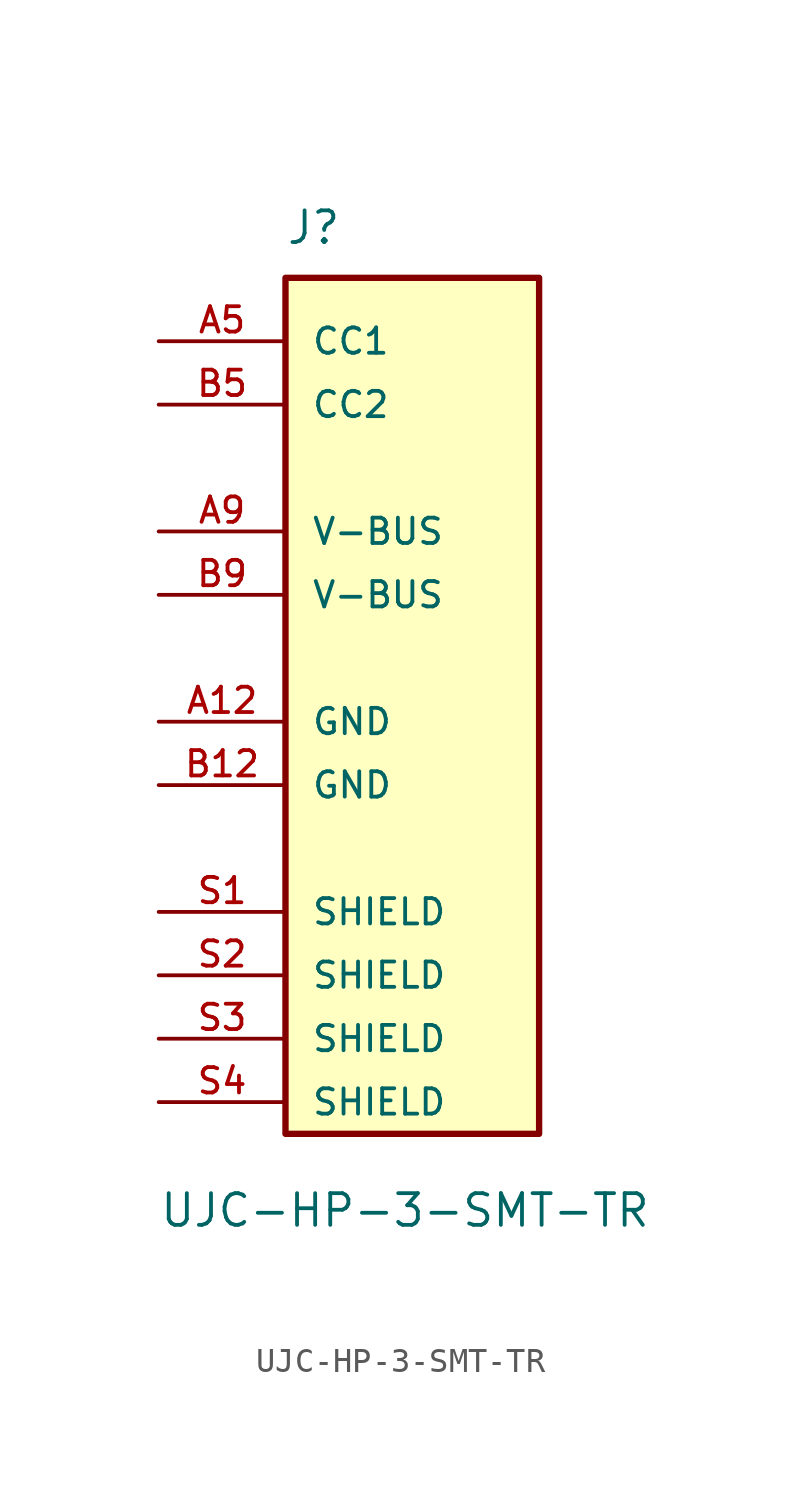
<source format=kicad_sym>
(kicad_symbol_lib
  (version 20211014)
  (generator kicad_symbol_editor)
  (symbol "UJC-HP-3-SMT-TR"
    (pin_names
      (offset 1.016))
    (property "Reference" "J"
      (at -7.62 40.64 0)
      (effects (font (size 1.27 1.27)) (justify left bottom)))
    (property "Value" "UJC-HP-3-SMT-TR"
      (at -12.7 1.27 0)
      (effects (font (size 1.27 1.27)) (justify left bottom)))
    (property "ki_locked" ""
      (at 0 0 0)
      (effects (font (size 1.27 1.27))))
    (symbol "UJC-HP-3-SMT-TR_0_0"
      (rectangle (start -7.62 39.37) (end 2.54 5.08) (stroke (width 0.254) (type default) (color 0 0 0 0)) (fill (type background)))
      (pin power_in line (at -12.7 21.59 0) (length 5.08) (name "GND" (effects (font (size 1.016 1.016)))) (number "A12" (effects (font (size 1.016 1.016)))))
      (pin bidirectional line (at -12.7 36.83 0) (length 5.08) (name "CC1" (effects (font (size 1.016 1.016)))) (number "A5" (effects (font (size 1.016 1.016)))))
      (pin power_in line (at -12.7 29.21 0) (length 5.08) (name "V-BUS" (effects (font (size 1.016 1.016)))) (number "A9" (effects (font (size 1.016 1.016)))))
      (pin power_in line (at -12.7 19.05 0) (length 5.08) (name "GND" (effects (font (size 1.016 1.016)))) (number "B12" (effects (font (size 1.016 1.016)))))
      (pin bidirectional line (at -12.7 34.29 0) (length 5.08) (name "CC2" (effects (font (size 1.016 1.016)))) (number "B5" (effects (font (size 1.016 1.016)))))
      (pin power_in line (at -12.7 26.67 0) (length 5.08) (name "V-BUS" (effects (font (size 1.016 1.016)))) (number "B9" (effects (font (size 1.016 1.016)))))
      (pin passive line (at -12.7 13.97 0) (length 5.08) (name "SHIELD" (effects (font (size 1.016 1.016)))) (number "S1" (effects (font (size 1.016 1.016)))))
      (pin passive line (at -12.7 11.43 0) (length 5.08) (name "SHIELD" (effects (font (size 1.016 1.016)))) (number "S2" (effects (font (size 1.016 1.016)))))
      (pin passive line (at -12.7 8.89 0) (length 5.08) (name "SHIELD" (effects (font (size 1.016 1.016)))) (number "S3" (effects (font (size 1.016 1.016)))))
      (pin passive line (at -12.7 6.35 0) (length 5.08) (name "SHIELD" (effects (font (size 1.016 1.016)))) (number "S4" (effects (font (size 1.016 1.016))))))))
</source>
